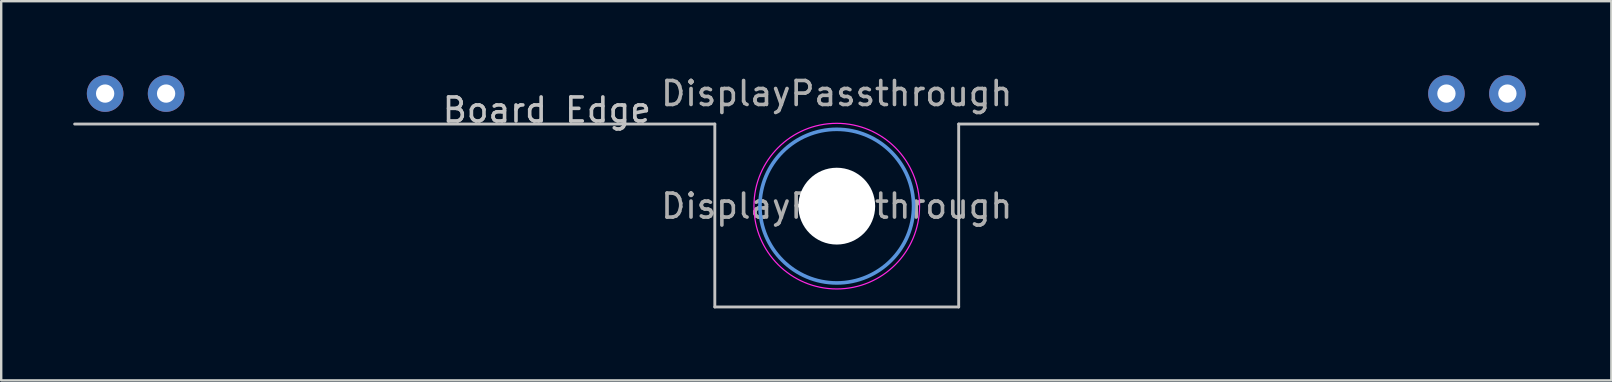
<source format=kicad_pcb>
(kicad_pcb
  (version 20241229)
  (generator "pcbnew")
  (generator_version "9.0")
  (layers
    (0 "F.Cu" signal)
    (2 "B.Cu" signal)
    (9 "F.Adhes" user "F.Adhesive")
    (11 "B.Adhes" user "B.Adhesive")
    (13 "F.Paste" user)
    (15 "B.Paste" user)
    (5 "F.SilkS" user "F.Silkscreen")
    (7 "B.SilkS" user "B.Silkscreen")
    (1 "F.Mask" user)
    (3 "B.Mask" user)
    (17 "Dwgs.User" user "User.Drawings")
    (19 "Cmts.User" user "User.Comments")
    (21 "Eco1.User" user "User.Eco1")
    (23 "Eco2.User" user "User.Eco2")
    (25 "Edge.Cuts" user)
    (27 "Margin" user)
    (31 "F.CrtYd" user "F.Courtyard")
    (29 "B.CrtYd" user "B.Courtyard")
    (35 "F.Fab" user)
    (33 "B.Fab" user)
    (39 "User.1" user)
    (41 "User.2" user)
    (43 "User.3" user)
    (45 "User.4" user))
  (footprint "DisplayPassthrough"
    (layer "F.Cu")
    (at 31.81 0.848)
    (property "Reference" "DisplayPassthrough" (at 0 0 0) (unlocked yes) (layer "F.SilkS") (effects (font (size 1 1) (thickness 0.1))))
    (attr through_hole)
    (fp_line (start -31.75 1.27) (end -5.08 1.27) (stroke (width 0.12) (type default)) (layer "Dwgs.User"))
    (fp_line (start -5.08 1.27) (end -5.08 8.89) (stroke (width 0.12) (type default)) (layer "Dwgs.User"))
    (fp_line (start -5.08 8.89) (end 5.08 8.89) (stroke (width 0.12) (type default)) (layer "Dwgs.User"))
    (fp_line (start 5.08 8.89) (end 5.08 1.27) (stroke (width 0.12) (type default)) (layer "Dwgs.User"))
    (fp_line (start 29.21 1.27) (end 5.08 1.27) (stroke (width 0.12) (type default)) (layer "Dwgs.User"))
    (fp_circle (center 0 4.69) (end 3.2 4.69) (stroke (width 0.15) (type solid)) (fill no) (layer "Cmts.User"))
    (fp_circle (center 0 4.69) (end 3.45 4.69) (stroke (width 0.05) (type solid)) (fill no) (layer "F.CrtYd"))
    (fp_text user "Board Edge" (at -16.51 1.27 0) (unlocked yes) (layer "Dwgs.User") (effects (font (size 1 1) (thickness 0.15)) (justify left bottom)))
    (fp_text user "${REFERENCE}" (at 0 4.69 0) (layer "F.Fab") (effects (font (size 1 1) (thickness 0.15))))
    (fp_text user "${REFERENCE}" (at 0 0 0) (unlocked yes) (layer "F.Fab") (effects (font (size 1 1) (thickness 0.15))))
    (pad "" np_thru_hole circle (at 0 4.69) (size 3.2 3.2) (drill 3.2) (layers "*.Cu" "*.Mask"))
    (pad "1" thru_hole circle (at -30.48 0) (size 1.524 1.524) (drill 0.762) (layers "*.Cu" "*.Mask"))
    (pad "2" thru_hole circle (at -27.94 0) (size 1.524 1.524) (drill 0.762) (layers "*.Cu" "*.Mask"))
    (pad "3" thru_hole circle (at 25.4 0) (size 1.524 1.524) (drill 0.762) (layers "*.Cu" "*.Mask"))
    (pad "4" thru_hole circle (at 27.94 0) (size 1.524 1.524) (drill 0.762) (layers "*.Cu" "*.Mask")))
  (gr_rect
    (start -3 -3)
    (end 64.08 12.798)
    (stroke (width 0.1) (type default))
    (fill no)
    (layer "Edge.Cuts")))
</source>
